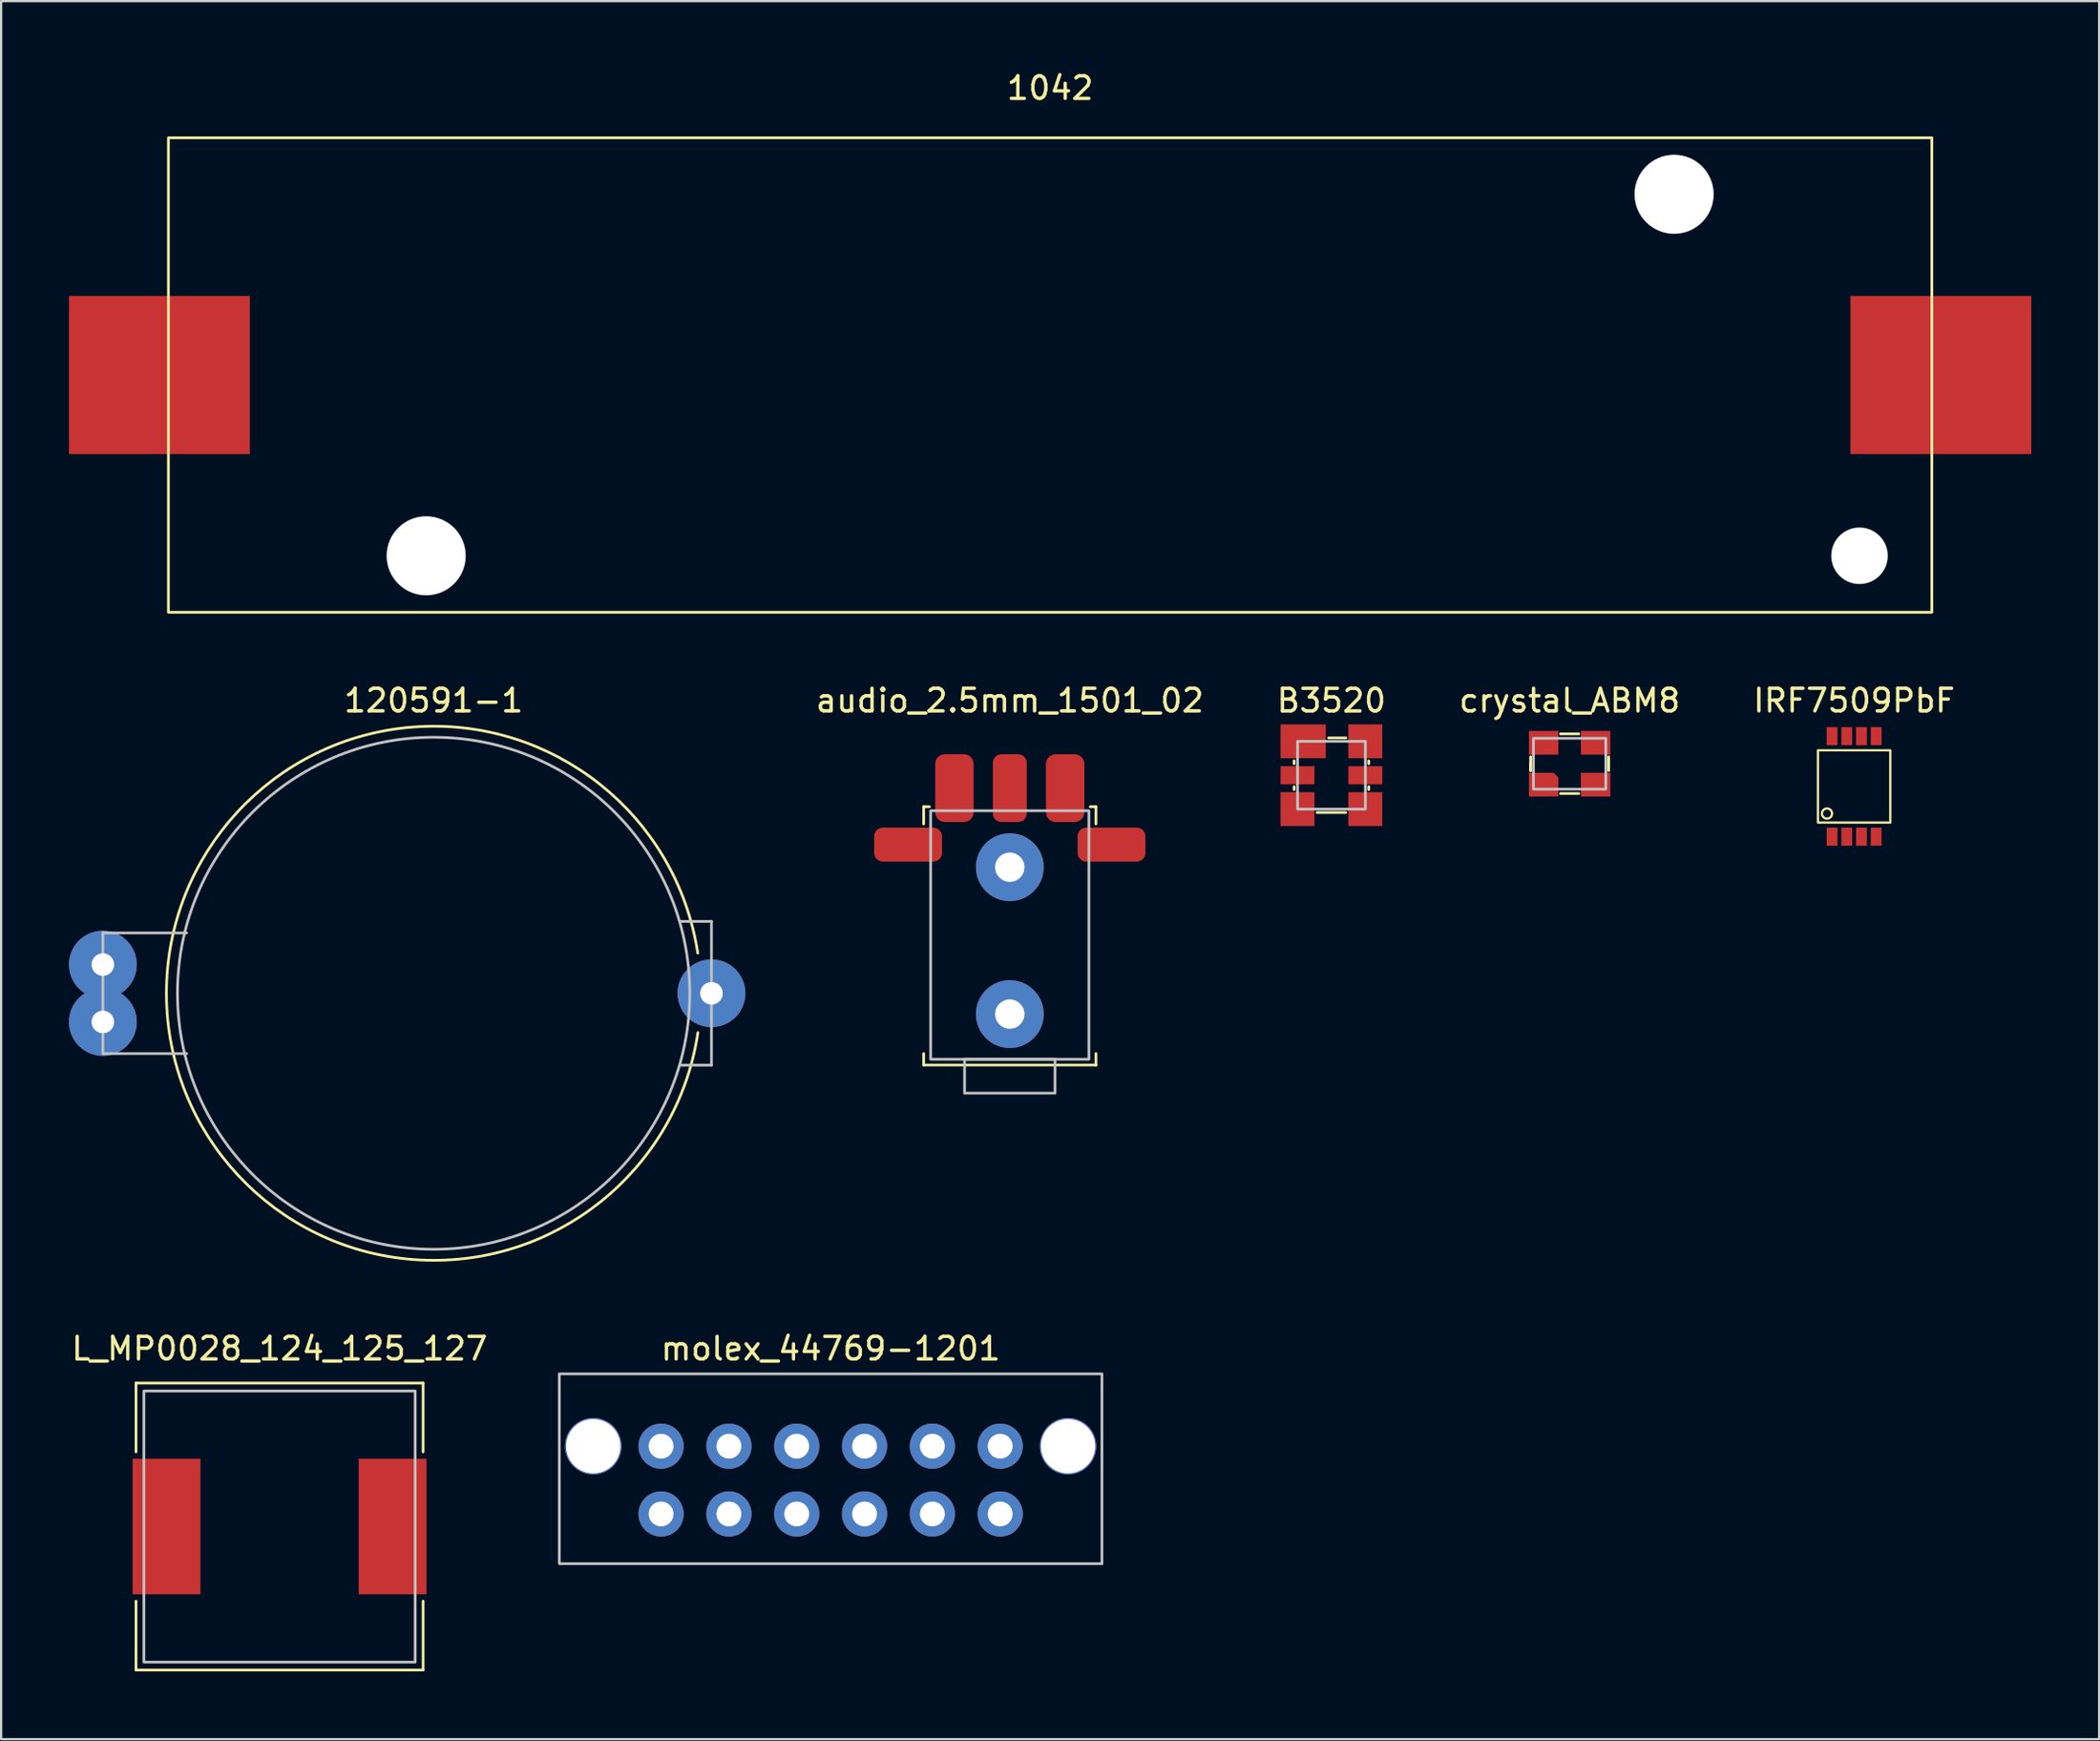
<source format=kicad_pcb>
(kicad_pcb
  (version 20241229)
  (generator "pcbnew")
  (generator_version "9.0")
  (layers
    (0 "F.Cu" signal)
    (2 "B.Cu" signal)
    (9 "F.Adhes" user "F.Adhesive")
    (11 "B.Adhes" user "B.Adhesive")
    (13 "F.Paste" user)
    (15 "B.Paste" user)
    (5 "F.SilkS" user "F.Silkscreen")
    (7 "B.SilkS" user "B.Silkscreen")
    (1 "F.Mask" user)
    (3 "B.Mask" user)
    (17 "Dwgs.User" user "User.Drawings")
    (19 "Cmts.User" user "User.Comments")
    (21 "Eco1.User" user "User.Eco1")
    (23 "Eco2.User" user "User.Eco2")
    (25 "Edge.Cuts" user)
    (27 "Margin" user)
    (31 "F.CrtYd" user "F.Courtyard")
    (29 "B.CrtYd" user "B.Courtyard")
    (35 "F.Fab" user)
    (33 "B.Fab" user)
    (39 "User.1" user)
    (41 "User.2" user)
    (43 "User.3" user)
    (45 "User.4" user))
  (footprint "audio_2.5mm_1501_02"
    (layer "F.Cu")
    (at 41.616 43.831)
    (property "Reference" "audio_2.5mm_1501_02" (at 0 -15.875 0) (unlocked yes) (layer "F.SilkS") (effects (font (size 1 1) (thickness 0.15))))
    (attr smd)
    (fp_line (start -3.81 -11.176) (end -3.556 -11.176) (stroke (width 0.12) (type solid)) (layer "F.SilkS"))
    (fp_line (start -3.81 -10.414) (end -3.81 -11.176) (stroke (width 0.12) (type solid)) (layer "F.SilkS"))
    (fp_line (start -3.81 -0.254) (end -3.81 0.254) (stroke (width 0.12) (type solid)) (layer "F.SilkS"))
    (fp_line (start -3.81 0.254) (end 3.81 0.254) (stroke (width 0.12) (type solid)) (layer "F.SilkS"))
    (fp_line (start 3.81 -11.176) (end 3.556 -11.176) (stroke (width 0.12) (type solid)) (layer "F.SilkS"))
    (fp_line (start 3.81 -10.414) (end 3.81 -11.176) (stroke (width 0.12) (type solid)) (layer "F.SilkS"))
    (fp_line (start 3.81 0.254) (end 3.81 -0.254) (stroke (width 0.12) (type solid)) (layer "F.SilkS"))
    (fp_rect (start -3.5 0) (end 3.5 -11) (stroke (width 0.12) (type solid)) (fill no) (layer "Dwgs.User"))
    (fp_rect (start -2 0) (end 2 1.5) (stroke (width 0.12) (type solid)) (fill no) (layer "Dwgs.User"))
    (pad "" thru_hole circle (at 0 -8.5) (size 3 3) (drill 1.3) (layers "*.Cu" "*.Mask"))
    (pad "" thru_hole circle (at 0 -2) (size 3 3) (drill 1.3) (layers "*.Cu" "*.Mask"))
    (pad "R" smd roundrect (at 4.5 -9.5) (size 3 1.5) (layers "F.Cu" "F.Mask" "F.Paste") (roundrect_rratio 0.25))
    (pad "RN" smd roundrect (at 2.45 -12) (size 1.7 3) (layers "F.Cu" "F.Mask" "F.Paste") (roundrect_rratio 0.25))
    (pad "S" smd roundrect (at 0 -12) (size 1.5 3) (layers "F.Cu" "F.Mask" "F.Paste") (roundrect_rratio 0.25))
    (pad "T" smd roundrect (at -4.5 -9.5) (size 3 1.5) (layers "F.Cu" "F.Mask" "F.Paste") (roundrect_rratio 0.25))
    (pad "TN" smd roundrect (at -2.45 -12) (size 1.7 3) (layers "F.Cu" "F.Mask" "F.Paste") (roundrect_rratio 0.25)))
  (footprint "crystal_ABM8"
    (layer "F.Cu")
    (at 66.378 30.75)
    (property "Reference" "crystal_ABM8" (at 0 -2.794 0) (unlocked yes) (layer "F.SilkS") (effects (font (size 1 1) (thickness 0.15))))
    (attr smd)
    (fp_line (start -1.727 -0.305) (end -1.727 0.305) (stroke (width 0.12) (type solid)) (layer "F.SilkS"))
    (fp_line (start -1.727 0.305) (end -1.727 0) (stroke (width 0.12) (type solid)) (layer "F.SilkS"))
    (fp_line (start -0.406 -1.321) (end 0.406 -1.321) (stroke (width 0.12) (type solid)) (layer "F.SilkS"))
    (fp_line (start -0.406 1.321) (end 0.406 1.321) (stroke (width 0.12) (type solid)) (layer "F.SilkS"))
    (fp_line (start 1.727 -0.305) (end 1.727 0.305) (stroke (width 0.12) (type solid)) (layer "F.SilkS"))
    (fp_rect (start -1.6 -1.125) (end 1.6 1.125) (stroke (width 0.12) (type solid)) (fill no) (layer "Dwgs.User"))
    (pad "1" smd roundrect (at -1.15 0.925) (size 1.3 1.05) (layers "F.Cu" "F.Mask" "F.Paste") (roundrect_rratio 0) (chamfer_ratio 0.2) (chamfer top_right))
    (pad "2" smd rect (at -1.15 -0.925) (size 1.3 1.05) (layers "F.Cu" "F.Mask" "F.Paste"))
    (pad "2" smd rect (at 1.15 0.925) (size 1.3 1.05) (layers "F.Cu" "F.Mask" "F.Paste"))
    (pad "3" smd rect (at 1.15 -0.925) (size 1.3 1.05) (layers "F.Cu" "F.Mask" "F.Paste")))
  (footprint "B3520"
    (layer "F.Cu")
    (at 55.843 31.259)
    (property "Reference" "B3520" (at 0 -3.302 0) (unlocked yes) (layer "F.SilkS") (effects (font (size 1 1) (thickness 0.15))))
    (attr smd)
    (fp_line (start -1.651 -0.635) (end -1.651 -0.508) (stroke (width 0.12) (type solid)) (layer "F.SilkS"))
    (fp_line (start -1.651 0.508) (end -1.651 0.635) (stroke (width 0.12) (type solid)) (layer "F.SilkS"))
    (fp_line (start -0.635 1.651) (end 0.635 1.651) (stroke (width 0.12) (type solid)) (layer "F.SilkS"))
    (fp_line (start -0.127 -1.651) (end 0.635 -1.651) (stroke (width 0.12) (type solid)) (layer "F.SilkS"))
    (fp_line (start 1.651 -0.635) (end 1.651 -0.508) (stroke (width 0.12) (type solid)) (layer "F.SilkS"))
    (fp_line (start 1.651 0.508) (end 1.651 0.635) (stroke (width 0.12) (type solid)) (layer "F.SilkS"))
    (fp_rect (start -1.5 -1.5) (end 1.5 1.5) (stroke (width 0.12) (type solid)) (fill no) (layer "Dwgs.User"))
    (pad "1" smd rect (at -1.25 -1.5) (size 2 1.5) (layers "F.Cu" "F.Mask" "F.Paste"))
    (pad "2" smd rect (at -1.5 0) (size 1.5 0.8) (layers "F.Cu" "F.Mask" "F.Paste"))
    (pad "3" smd rect (at -1.5 1.5) (size 1.5 1.5) (layers "F.Cu" "F.Mask" "F.Paste"))
    (pad "4" smd rect (at 1.5 1.5) (size 1.5 1.5) (layers "F.Cu" "F.Mask" "F.Paste"))
    (pad "5" smd rect (at 1.5 0) (size 1.5 0.8) (layers "F.Cu" "F.Mask" "F.Paste"))
    (pad "6" smd rect (at 1.5 -1.5) (size 1.5 1.5) (layers "F.Cu" "F.Mask" "F.Paste")))
  (footprint "L_MP0028_124_125_127"
    (layer "F.Cu")
    (at 9.315 64.511)
    (property "Reference" "L_MP0028_124_125_127" (at 0 -7.874 0) (unlocked yes) (layer "F.SilkS") (effects (font (size 1 1) (thickness 0.15))))
    (attr smd)
    (fp_line (start -6.35 -6.35) (end 6.35 -6.35) (stroke (width 0.12) (type solid)) (layer "F.SilkS"))
    (fp_line (start -6.35 -3.302) (end -6.35 -6.35) (stroke (width 0.12) (type solid)) (layer "F.SilkS"))
    (fp_line (start -6.35 3.302) (end -6.35 6.35) (stroke (width 0.12) (type solid)) (layer "F.SilkS"))
    (fp_line (start -6.35 6.35) (end 6.35 6.35) (stroke (width 0.12) (type solid)) (layer "F.SilkS"))
    (fp_line (start 6.35 -6.35) (end 6.35 -3.302) (stroke (width 0.12) (type solid)) (layer "F.SilkS"))
    (fp_line (start 6.35 6.35) (end 6.35 3.302) (stroke (width 0.12) (type solid)) (layer "F.SilkS"))
    (fp_rect (start -6 -6) (end 6 6) (stroke (width 0.12) (type solid)) (fill no) (layer "Dwgs.User"))
    (pad "1" smd rect (at -5 0) (size 3 6) (layers "F.Cu" "F.Mask" "F.Paste"))
    (pad "2" smd rect (at 5 0) (size 3 6) (layers "F.Cu" "F.Mask" "F.Paste")))
  (footprint "IRF7509PbF"
    (layer "F.Cu")
    (at 78.962 31.756)
    (property "Reference" "IRF7509PbF" (at 0 -3.8 0) (unlocked yes) (layer "F.SilkS") (effects (font (size 1 1) (thickness 0.15))))
    (attr smd)
    (fp_rect (start 1.6 1.6) (end -1.6 -1.6) (stroke (width 0.1) (type solid)) (fill no) (layer "F.SilkS"))
    (fp_circle (center -1.2 1.2) (end -0.976 1.2) (stroke (width 0.1) (type solid)) (fill no) (layer "F.SilkS"))
    (pad "1" smd rect (at -0.975 2.225) (size 0.48 0.8) (layers "F.Cu" "F.Paste"))
    (pad "2" smd rect (at -0.325 2.225) (size 0.48 0.8) (layers "F.Cu" "F.Paste"))
    (pad "3" smd rect (at 0.325 2.225) (size 0.48 0.8) (layers "F.Cu" "F.Paste"))
    (pad "4" smd rect (at 0.975 2.225) (size 0.48 0.8) (layers "F.Cu" "F.Paste"))
    (pad "5" smd rect (at 0.975 -2.225) (size 0.48 0.8) (layers "F.Cu" "F.Paste"))
    (pad "6" smd rect (at 0.325 -2.225) (size 0.48 0.8) (layers "F.Cu" "F.Paste"))
    (pad "7" smd rect (at -0.325 -2.225) (size 0.48 0.8) (layers "F.Cu" "F.Paste"))
    (pad "8" smd rect (at -0.975 -2.225) (size 0.48 0.8) (layers "F.Cu" "F.Paste")))
  (footprint "molex_44769-1201"
    (layer "F.Cu")
    (at 33.691 60.955)
    (property "Reference" "molex_44769-1201" (at 0 -4.318 0) (unlocked yes) (layer "F.SilkS") (effects (font (size 1 1) (thickness 0.15))))
    (attr through_hole)
    (fp_rect (start -12 -3.2) (end 12 5.2) (stroke (width 0.12) (type solid)) (fill no) (layer "Dwgs.User"))
    (pad "" thru_hole circle (at -10.5 0) (size 2.5 2.5) (drill 2.4) (layers "*.Cu" "*.Mask"))
    (pad "" thru_hole circle (at 10.5 0) (size 2.5 2.5) (drill 2.4) (layers "*.Cu" "*.Mask"))
    (pad "1" thru_hole circle (at -7.5 3) (size 2 2) (drill 1.1) (layers "*.Cu" "*.Mask"))
    (pad "2" thru_hole circle (at -4.5 3) (size 2 2) (drill 1.1) (layers "*.Cu" "*.Mask"))
    (pad "3" thru_hole circle (at -1.5 3) (size 2 2) (drill 1.1) (layers "*.Cu" "*.Mask"))
    (pad "4" thru_hole circle (at 1.5 3) (size 2 2) (drill 1.1) (layers "*.Cu" "*.Mask"))
    (pad "5" thru_hole circle (at 4.5 3) (size 2 2) (drill 1.1) (layers "*.Cu" "*.Mask"))
    (pad "6" thru_hole circle (at 7.5 3) (size 2 2) (drill 1.1) (layers "*.Cu" "*.Mask"))
    (pad "7" thru_hole circle (at -7.5 0) (size 2 2) (drill 1.1) (layers "*.Cu" "*.Mask"))
    (pad "8" thru_hole circle (at -4.5 0) (size 2 2) (drill 1.1) (layers "*.Cu" "*.Mask"))
    (pad "9" thru_hole circle (at -1.5 0) (size 2 2) (drill 1.1) (layers "*.Cu" "*.Mask"))
    (pad "10" thru_hole circle (at 1.5 0) (size 2 2) (drill 1.1) (layers "*.Cu" "*.Mask"))
    (pad "11" thru_hole circle (at 4.5 0) (size 2 2) (drill 1.1) (layers "*.Cu" "*.Mask"))
    (pad "12" thru_hole circle (at 7.5 0) (size 2 2) (drill 1.1) (layers "*.Cu" "*.Mask")))
  (footprint "120591-1"
    (layer "F.Cu")
    (at 16.13 40.91)
    (property "Reference" "120591-1" (at 0 -12.954 0) (layer "F.SilkS") (effects (font (size 1 1) (thickness 0.15))))
    (attr through_hole)
    (fp_arc (start 11.689569 1.741001) (mid -11.818492 0.018707) (end 11.683999 -1.777999) (stroke (width 0.12) (type solid)) (layer "F.SilkS"))
    (fp_line (start -14.63 -2.67) (end -14.63 2.67) (stroke (width 0.12) (type solid)) (layer "Dwgs.User"))
    (fp_line (start -14.63 -2.67) (end -10.922 -2.67) (stroke (width 0.12) (type solid)) (layer "Dwgs.User"))
    (fp_line (start -14.63 2.67) (end -10.922 2.67) (stroke (width 0.12) (type solid)) (layer "Dwgs.User"))
    (fp_line (start 12.29 -3.18) (end 10.922 -3.18) (stroke (width 0.12) (type solid)) (layer "Dwgs.User"))
    (fp_line (start 12.29 -3.18) (end 12.29 3.18) (stroke (width 0.12) (type solid)) (layer "Dwgs.User"))
    (fp_line (start 12.29 3.18) (end 10.922 3.18) (stroke (width 0.12) (type solid)) (layer "Dwgs.User"))
    (fp_circle (center 0 0) (end 11.33 0) (stroke (width 0.12) (type solid)) (fill no) (layer "Dwgs.User"))
    (pad "1" thru_hole circle (at -14.63 -1.27) (size 3 3) (drill 1) (layers "*.Cu" "*.Mask"))
    (pad "1" thru_hole circle (at -14.63 1.27) (size 3 3) (drill 1) (layers "*.Cu" "*.Mask"))
    (pad "2" thru_hole circle (at 12.29 0) (size 3 3) (drill 1) (layers "*.Cu" "*.Mask")))
  (footprint "1042"
    (layer "F.Cu")
    (at 43.4 13.548)
    (property "Reference" "1042" (at 0 -12.7 0) (unlocked yes) (layer "F.SilkS") (effects (font (size 1 1) (thickness 0.15))))
    (attr through_hole)
    (fp_rect (start -39 -10.5) (end 39 10.5) (stroke (width 0.12) (type solid)) (fill no) (layer "F.SilkS"))
    (pad "" np_thru_hole circle (at -27.6 8) (size 3.5 3.5) (drill 3.5) (layers "*.Cu" "*.Mask"))
    (pad "" np_thru_hole circle (at 27.6 -8) (size 3.5 3.5) (drill 3.5) (layers "*.Cu" "*.Mask"))
    (pad "" np_thru_hole circle (at 35.8 8) (size 2.5 2.5) (drill 2.5) (layers "*.Cu" "*.Mask"))
    (pad "1" smd rect (at 39.4 0) (size 8 7) (layers "F.Cu" "F.Mask"))
    (pad "2" smd rect (at -39.4 0) (size 8 7) (layers "F.Cu" "F.Mask")))
  (gr_rect
    (start -3 -3)
    (end 89.8 73.921)
    (stroke (width 0.1) (type default))
    (fill no)
    (layer "Edge.Cuts")))
</source>
